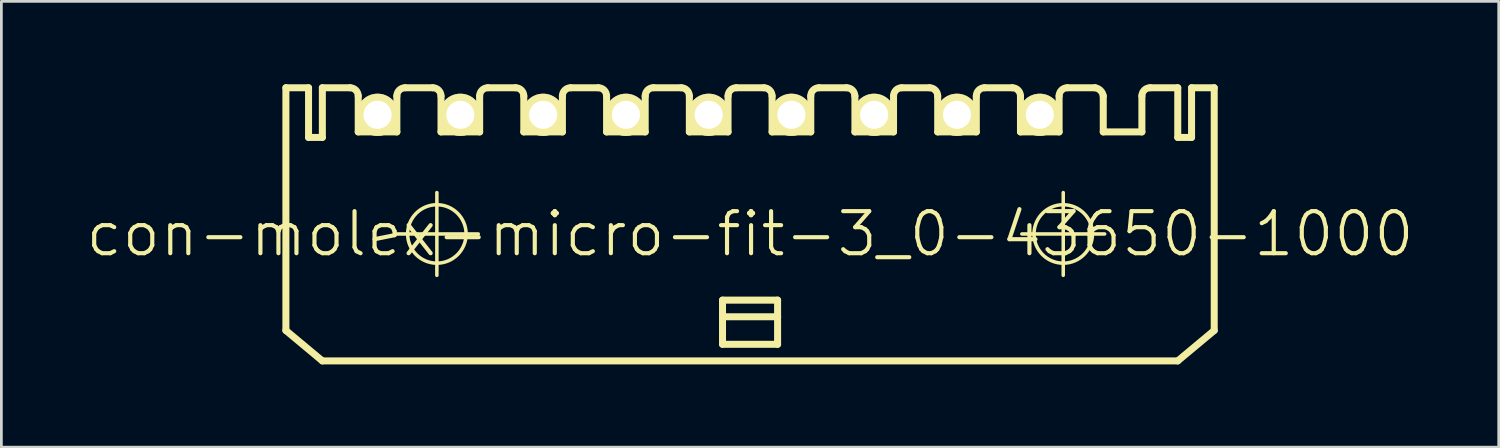
<source format=kicad_pcb>
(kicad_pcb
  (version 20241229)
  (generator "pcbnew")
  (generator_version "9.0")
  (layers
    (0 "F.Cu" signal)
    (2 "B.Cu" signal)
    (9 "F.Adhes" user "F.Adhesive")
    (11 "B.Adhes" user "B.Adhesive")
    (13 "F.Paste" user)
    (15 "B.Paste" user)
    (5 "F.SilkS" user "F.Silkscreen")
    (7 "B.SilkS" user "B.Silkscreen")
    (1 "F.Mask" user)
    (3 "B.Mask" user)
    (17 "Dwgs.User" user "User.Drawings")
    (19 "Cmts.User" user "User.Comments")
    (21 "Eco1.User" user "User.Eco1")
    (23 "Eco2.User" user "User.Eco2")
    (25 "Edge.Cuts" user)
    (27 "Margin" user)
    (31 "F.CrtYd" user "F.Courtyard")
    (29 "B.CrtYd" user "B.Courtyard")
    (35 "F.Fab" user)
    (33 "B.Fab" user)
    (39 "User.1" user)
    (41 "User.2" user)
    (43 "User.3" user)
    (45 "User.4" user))
  (footprint "con-molex-micro-fit-3_0-43650-1000"
    (layer "F.Cu")
    (at 24.13 5.428)
    (property "Reference" "con-molex-micro-fit-3_0-43650-1000" (at 0 0 0) (layer "F.SilkS") (effects (font (size 1.524 1.524) (thickness 0.15))))
    (attr exclude_from_pos_files exclude_from_bom)
    (fp_line (start -16.82 -5.298) (end -15.999 -5.298) (stroke (width 0.254) (type solid)) (layer "F.SilkS"))
    (fp_line (start -16.82 3.498) (end -16.82 -5.298) (stroke (width 0.254) (type solid)) (layer "F.SilkS"))
    (fp_line (start -16.82 3.498) (end -15.499 4.6) (stroke (width 0.254) (type solid)) (layer "F.SilkS"))
    (fp_line (start -15.999 -5.298) (end -15.999 -3.498) (stroke (width 0.254) (type solid)) (layer "F.SilkS"))
    (fp_line (start -15.999 -3.498) (end -15.499 -3.498) (stroke (width 0.254) (type solid)) (layer "F.SilkS"))
    (fp_line (start -15.499 -5.298) (end -14.498 -5.298) (stroke (width 0.254) (type solid)) (layer "F.SilkS"))
    (fp_line (start -15.499 -3.498) (end -15.499 -5.298) (stroke (width 0.254) (type solid)) (layer "F.SilkS"))
    (fp_line (start -14.199 -3.698) (end -14.199 -4.999) (stroke (width 0.254) (type solid)) (layer "F.SilkS"))
    (fp_line (start -14.199 -3.698) (end -12.799 -3.698) (stroke (width 0.254) (type solid)) (layer "F.SilkS"))
    (fp_line (start -12.85 0) (end -9.848 0) (stroke (width 0.127) (type solid)) (layer "F.SilkS"))
    (fp_line (start -12.799 -3.698) (end -12.799 -4.999) (stroke (width 0.254) (type solid)) (layer "F.SilkS"))
    (fp_line (start -12.499 -5.298) (end -11.499 -5.298) (stroke (width 0.254) (type solid)) (layer "F.SilkS"))
    (fp_line (start -11.349 1.499) (end -11.349 -1.499) (stroke (width 0.127) (type solid)) (layer "F.SilkS"))
    (fp_line (start -11.199 -3.698) (end -11.199 -4.999) (stroke (width 0.254) (type solid)) (layer "F.SilkS"))
    (fp_line (start -11.199 -3.698) (end -9.799 -3.698) (stroke (width 0.254) (type solid)) (layer "F.SilkS"))
    (fp_line (start -9.799 -3.698) (end -9.799 -4.999) (stroke (width 0.254) (type solid)) (layer "F.SilkS"))
    (fp_line (start -9.5 -5.298) (end -8.499 -5.298) (stroke (width 0.254) (type solid)) (layer "F.SilkS"))
    (fp_line (start -8.199 -3.698) (end -8.199 -4.999) (stroke (width 0.254) (type solid)) (layer "F.SilkS"))
    (fp_line (start -8.199 -3.698) (end -6.8 -3.698) (stroke (width 0.254) (type solid)) (layer "F.SilkS"))
    (fp_line (start -6.8 -3.698) (end -6.8 -4.999) (stroke (width 0.254) (type solid)) (layer "F.SilkS"))
    (fp_line (start -6.5 -5.298) (end -5.499 -5.298) (stroke (width 0.254) (type solid)) (layer "F.SilkS"))
    (fp_line (start -5.199 -3.698) (end -5.199 -4.999) (stroke (width 0.254) (type solid)) (layer "F.SilkS"))
    (fp_line (start -5.199 -3.698) (end -3.8 -3.698) (stroke (width 0.254) (type solid)) (layer "F.SilkS"))
    (fp_line (start -3.8 -3.698) (end -3.8 -4.999) (stroke (width 0.254) (type solid)) (layer "F.SilkS"))
    (fp_line (start -3.498 -5.298) (end -2.499 -5.298) (stroke (width 0.254) (type solid)) (layer "F.SilkS"))
    (fp_line (start -2.2 -3.698) (end -2.2 -4.999) (stroke (width 0.254) (type solid)) (layer "F.SilkS"))
    (fp_line (start -2.2 -3.698) (end -0.798 -3.698) (stroke (width 0.254) (type solid)) (layer "F.SilkS"))
    (fp_line (start -0.998 2.398) (end 0.998 2.398) (stroke (width 0.254) (type solid)) (layer "F.SilkS"))
    (fp_line (start -0.998 3) (end -0.998 2.398) (stroke (width 0.254) (type solid)) (layer "F.SilkS"))
    (fp_line (start -0.998 3) (end 0.998 3) (stroke (width 0.254) (type solid)) (layer "F.SilkS"))
    (fp_line (start -0.998 3.998) (end -0.998 3) (stroke (width 0.254) (type solid)) (layer "F.SilkS"))
    (fp_line (start -0.798 -3.698) (end -0.798 -4.999) (stroke (width 0.254) (type solid)) (layer "F.SilkS"))
    (fp_line (start -0.498 -5.298) (end 0.498 -5.298) (stroke (width 0.254) (type solid)) (layer "F.SilkS"))
    (fp_line (start 0.798 -3.698) (end 0.798 -4.999) (stroke (width 0.254) (type solid)) (layer "F.SilkS"))
    (fp_line (start 0.798 -3.698) (end 2.2 -3.698) (stroke (width 0.254) (type solid)) (layer "F.SilkS"))
    (fp_line (start 0.998 2.398) (end 0.998 3) (stroke (width 0.254) (type solid)) (layer "F.SilkS"))
    (fp_line (start 0.998 3) (end 0.998 3.998) (stroke (width 0.254) (type solid)) (layer "F.SilkS"))
    (fp_line (start 0.998 3.998) (end -0.998 3.998) (stroke (width 0.254) (type solid)) (layer "F.SilkS"))
    (fp_line (start 2.2 -3.698) (end 2.2 -4.999) (stroke (width 0.254) (type solid)) (layer "F.SilkS"))
    (fp_line (start 2.499 -5.298) (end 3.498 -5.298) (stroke (width 0.254) (type solid)) (layer "F.SilkS"))
    (fp_line (start 3.8 -3.698) (end 3.8 -4.999) (stroke (width 0.254) (type solid)) (layer "F.SilkS"))
    (fp_line (start 3.8 -3.698) (end 5.199 -3.698) (stroke (width 0.254) (type solid)) (layer "F.SilkS"))
    (fp_line (start 5.199 -3.698) (end 5.199 -4.999) (stroke (width 0.254) (type solid)) (layer "F.SilkS"))
    (fp_line (start 5.499 -5.298) (end 6.5 -5.298) (stroke (width 0.254) (type solid)) (layer "F.SilkS"))
    (fp_line (start 6.8 -3.698) (end 6.8 -4.999) (stroke (width 0.254) (type solid)) (layer "F.SilkS"))
    (fp_line (start 6.8 -3.698) (end 8.199 -3.698) (stroke (width 0.254) (type solid)) (layer "F.SilkS"))
    (fp_line (start 8.199 -3.698) (end 8.199 -4.999) (stroke (width 0.254) (type solid)) (layer "F.SilkS"))
    (fp_line (start 8.499 -5.298) (end 9.5 -5.298) (stroke (width 0.254) (type solid)) (layer "F.SilkS"))
    (fp_line (start 9.799 -3.698) (end 9.799 -4.999) (stroke (width 0.254) (type solid)) (layer "F.SilkS"))
    (fp_line (start 9.799 -3.698) (end 11.199 -3.698) (stroke (width 0.254) (type solid)) (layer "F.SilkS"))
    (fp_line (start 9.848 0) (end 12.85 0) (stroke (width 0.127) (type solid)) (layer "F.SilkS"))
    (fp_line (start 11.199 -3.698) (end 11.199 -4.999) (stroke (width 0.254) (type solid)) (layer "F.SilkS"))
    (fp_line (start 11.349 1.499) (end 11.349 -1.499) (stroke (width 0.127) (type solid)) (layer "F.SilkS"))
    (fp_line (start 11.499 -5.298) (end 12.499 -5.298) (stroke (width 0.254) (type solid)) (layer "F.SilkS"))
    (fp_line (start 12.799 -4.999) (end 12.799 -3.698) (stroke (width 0.254) (type solid)) (layer "F.SilkS"))
    (fp_line (start 12.799 -3.698) (end 14.199 -3.698) (stroke (width 0.254) (type solid)) (layer "F.SilkS"))
    (fp_line (start 14.199 -3.698) (end 14.199 -4.999) (stroke (width 0.254) (type solid)) (layer "F.SilkS"))
    (fp_line (start 14.498 -5.298) (end 15.499 -5.298) (stroke (width 0.254) (type solid)) (layer "F.SilkS"))
    (fp_line (start 15.499 -3.498) (end 15.499 -5.298) (stroke (width 0.254) (type solid)) (layer "F.SilkS"))
    (fp_line (start 15.499 4.6) (end -15.499 4.6) (stroke (width 0.254) (type solid)) (layer "F.SilkS"))
    (fp_line (start 15.999 -5.298) (end 15.999 -3.498) (stroke (width 0.254) (type solid)) (layer "F.SilkS"))
    (fp_line (start 15.999 -5.298) (end 16.82 -5.298) (stroke (width 0.254) (type solid)) (layer "F.SilkS"))
    (fp_line (start 15.999 -3.498) (end 15.499 -3.498) (stroke (width 0.254) (type solid)) (layer "F.SilkS"))
    (fp_line (start 16.82 -5.298) (end 16.82 3.498) (stroke (width 0.254) (type solid)) (layer "F.SilkS"))
    (fp_line (start 16.82 3.498) (end 15.499 4.6) (stroke (width 0.254) (type solid)) (layer "F.SilkS"))
    (fp_arc (start -14.49832 -5.29844) (mid -14.286386 -5.210654) (end -14.1986 -4.99872) (stroke (width 0.254) (type solid)) (layer "F.SilkS"))
    (fp_arc (start -12.79906 -4.99872) (mid -12.711274 -5.210654) (end -12.49934 -5.29844) (stroke (width 0.254) (type solid)) (layer "F.SilkS"))
    (fp_arc (start -11.49858 -5.29844) (mid -11.286646 -5.210654) (end -11.19886 -4.99872) (stroke (width 0.254) (type solid)) (layer "F.SilkS"))
    (fp_arc (start -9.79932 -4.99872) (mid -9.711534 -5.210654) (end -9.4996 -5.29844) (stroke (width 0.254) (type solid)) (layer "F.SilkS"))
    (fp_arc (start -8.49884 -5.29844) (mid -8.286906 -5.210654) (end -8.19912 -4.99872) (stroke (width 0.254) (type solid)) (layer "F.SilkS"))
    (fp_arc (start -6.79958 -4.99872) (mid -6.711794 -5.210654) (end -6.49986 -5.29844) (stroke (width 0.254) (type solid)) (layer "F.SilkS"))
    (fp_arc (start -5.4991 -5.29844) (mid -5.287166 -5.210654) (end -5.19938 -4.99872) (stroke (width 0.254) (type solid)) (layer "F.SilkS"))
    (fp_arc (start -3.79984 -4.99872) (mid -3.71131 -5.21245) (end -3.49758 -5.30098) (stroke (width 0.254) (type solid)) (layer "F.SilkS"))
    (fp_arc (start -2.49936 -5.29844) (mid -2.287426 -5.210654) (end -2.19964 -4.99872) (stroke (width 0.254) (type solid)) (layer "F.SilkS"))
    (fp_arc (start -0.79756 -4.99872) (mid -0.709774 -5.210654) (end -0.49784 -5.29844) (stroke (width 0.254) (type solid)) (layer "F.SilkS"))
    (fp_arc (start 0.49784 -5.29844) (mid 0.709774 -5.210654) (end 0.79756 -4.99872) (stroke (width 0.254) (type solid)) (layer "F.SilkS"))
    (fp_arc (start 2.19964 -4.99872) (mid 2.287426 -5.210654) (end 2.49936 -5.29844) (stroke (width 0.254) (type solid)) (layer "F.SilkS"))
    (fp_arc (start 3.49758 -5.29844) (mid 3.709514 -5.210654) (end 3.7973 -4.99872) (stroke (width 0.254) (type solid)) (layer "F.SilkS"))
    (fp_arc (start 5.19938 -4.99872) (mid 5.287166 -5.210654) (end 5.4991 -5.29844) (stroke (width 0.254) (type solid)) (layer "F.SilkS"))
    (fp_arc (start 6.49986 -5.29844) (mid 6.711794 -5.210654) (end 6.79958 -4.99872) (stroke (width 0.254) (type solid)) (layer "F.SilkS"))
    (fp_arc (start 8.19912 -4.99872) (mid 8.286906 -5.210654) (end 8.49884 -5.29844) (stroke (width 0.254) (type solid)) (layer "F.SilkS"))
    (fp_arc (start 9.4996 -5.29844) (mid 9.711534 -5.210654) (end 9.79932 -4.99872) (stroke (width 0.254) (type solid)) (layer "F.SilkS"))
    (fp_arc (start 11.19886 -4.99872) (mid 11.286646 -5.210654) (end 11.49858 -5.29844) (stroke (width 0.254) (type solid)) (layer "F.SilkS"))
    (fp_arc (start 12.49934 -5.29844) (mid 12.699405 -5.197943) (end 12.799229 -4.997541) (stroke (width 0.254) (type solid)) (layer "F.SilkS"))
    (fp_arc (start 14.1986 -4.99872) (mid 14.286386 -5.210654) (end 14.49832 -5.29844) (stroke (width 0.254) (type solid)) (layer "F.SilkS"))
    (fp_circle (center -11.349 0) (end -12.098 0.749) (stroke (width 0.127) (type solid)) (fill no) (layer "F.SilkS"))
    (fp_circle (center 11.349 0) (end 12.098 0.749) (stroke (width 0.127) (type solid)) (fill no) (layer "F.SilkS"))
    (pad "P$1" thru_hole rect (at 13.498 -4.318) (size 0.001 0.001) (drill 1.019) (layers "*.Cu" "F.Mask" "F.SilkS" "F.Paste"))
    (pad "P$2" thru_hole circle (at 10.498 -4.318) (size 1.529 1.529) (drill 1.019) (layers "*.Cu" "F.Mask" "F.SilkS" "F.Paste"))
    (pad "P$3" thru_hole circle (at 7.498 -4.318) (size 1.529 1.529) (drill 1.019) (layers "*.Cu" "F.Mask" "F.SilkS" "F.Paste"))
    (pad "P$4" thru_hole circle (at 4.498 -4.318) (size 1.529 1.529) (drill 1.019) (layers "*.Cu" "F.Mask" "F.SilkS" "F.Paste"))
    (pad "P$5" thru_hole circle (at 1.499 -4.318) (size 1.529 1.529) (drill 1.019) (layers "*.Cu" "F.Mask" "F.SilkS" "F.Paste"))
    (pad "P$6" thru_hole circle (at -1.499 -4.318) (size 1.529 1.529) (drill 1.019) (layers "*.Cu" "F.Mask" "F.SilkS" "F.Paste"))
    (pad "P$7" thru_hole circle (at -4.498 -4.318) (size 1.529 1.529) (drill 1.019) (layers "*.Cu" "F.Mask" "F.SilkS" "F.Paste"))
    (pad "P$8" thru_hole circle (at -7.498 -4.318) (size 1.529 1.529) (drill 1.019) (layers "*.Cu" "F.Mask" "F.SilkS" "F.Paste"))
    (pad "P$9" thru_hole circle (at -10.498 -4.318) (size 1.529 1.529) (drill 1.019) (layers "*.Cu" "F.Mask" "F.SilkS" "F.Paste"))
    (pad "P$10" thru_hole circle (at -13.498 -4.318) (size 1.529 1.529) (drill 1.019) (layers "*.Cu" "F.Mask" "F.SilkS" "F.Paste")))
  (gr_rect
    (start -3 -3)
    (end 51.26 13.155)
    (stroke (width 0.1) (type default))
    (fill no)
    (layer "Edge.Cuts")))
</source>
